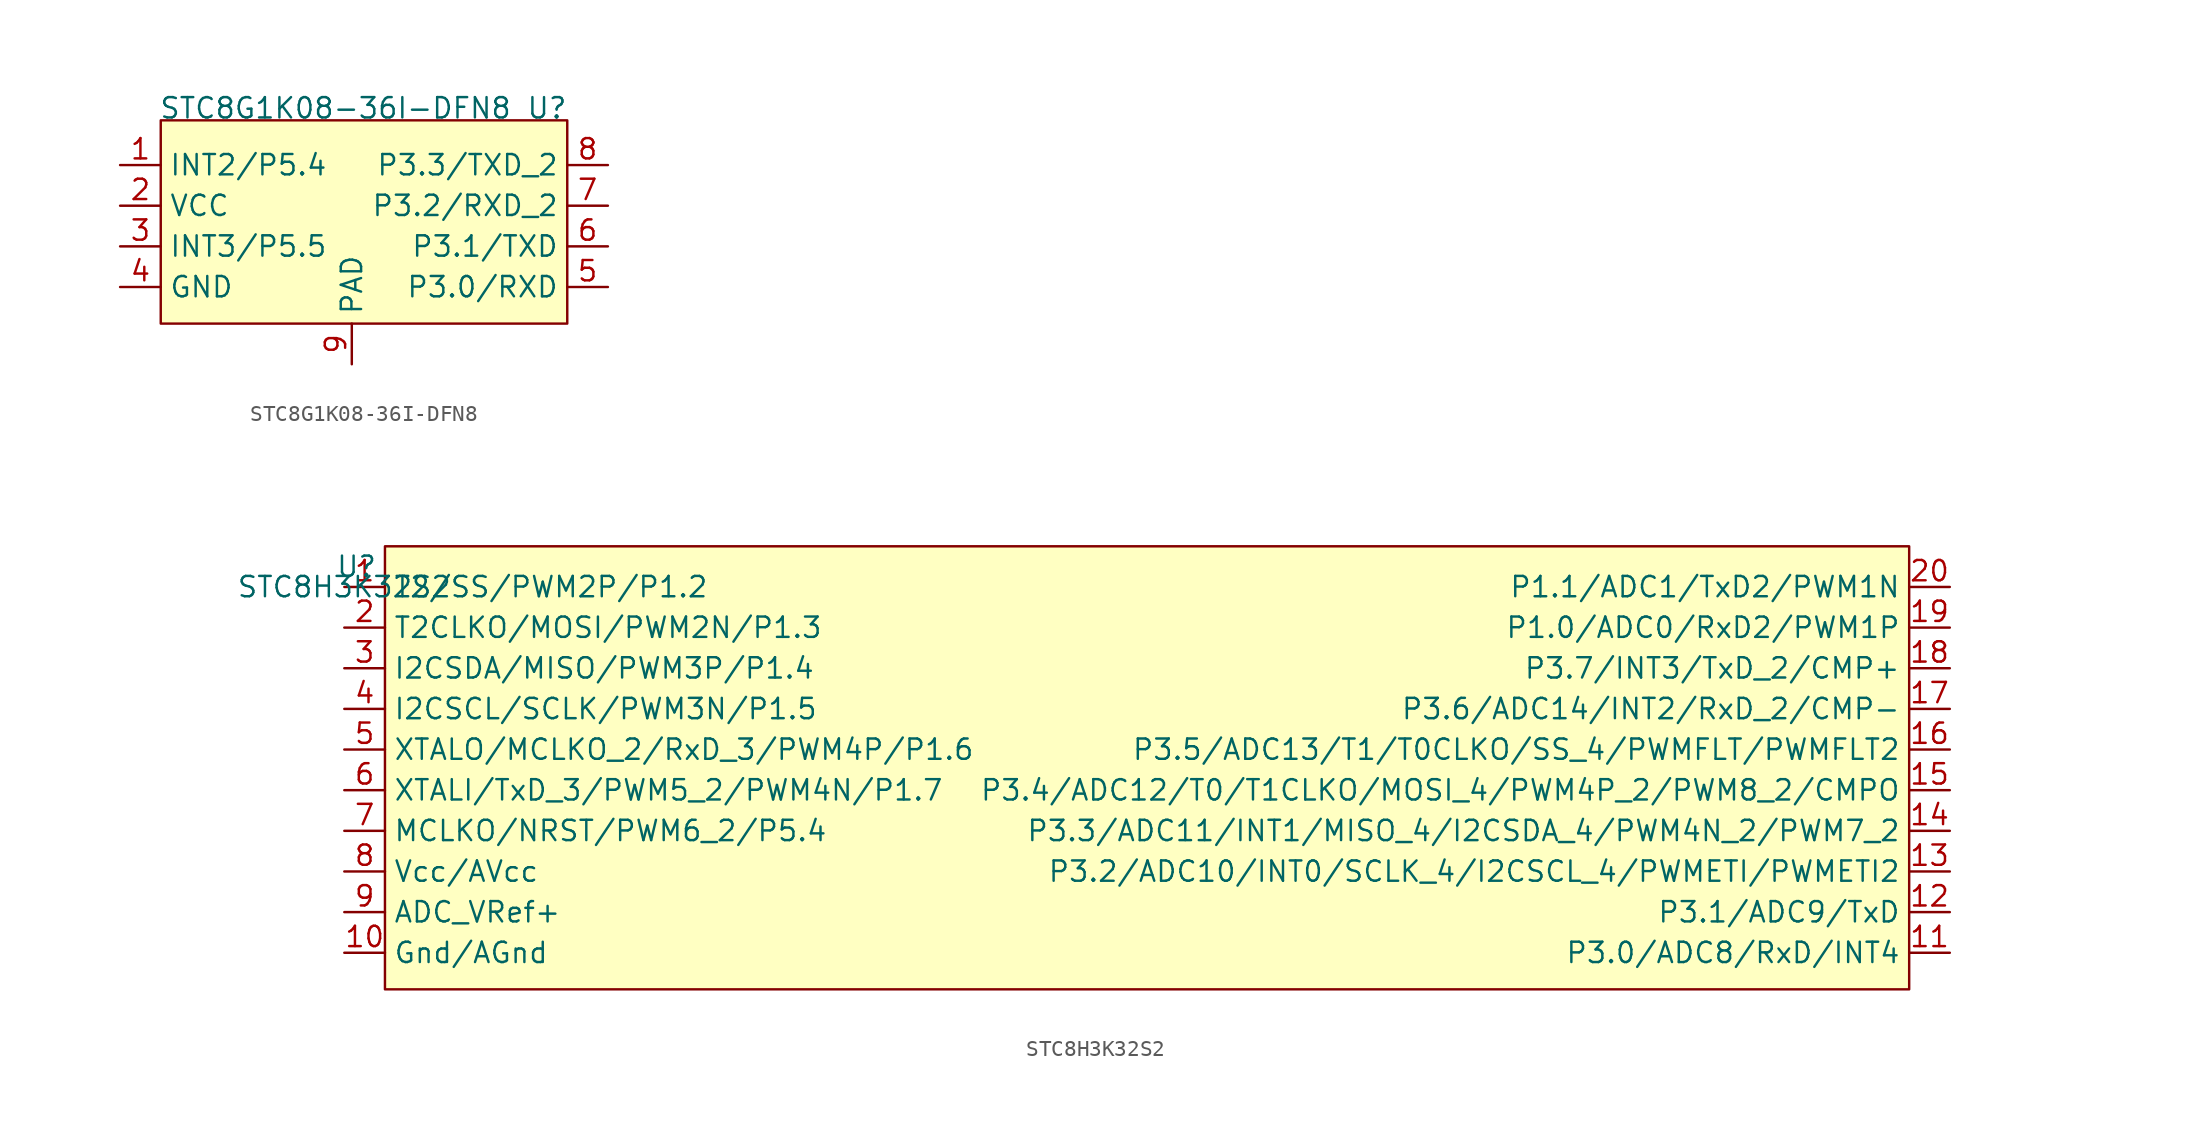
<source format=kicad_sym>
(kicad_symbol_lib
  (version 20220914)
  (generator kicad_symbol_editor)
  (symbol "STC8G1K08-36I-DFN8"
    (property "Reference" "U"
      (at 26.67 3.556 0)
      (effects (font (size 1.27 1.27))))
    (property "Value" "STC8G1K08-36I-DFN8"
      (at 13.462 3.556 0)
      (effects (font (size 1.27 1.27))))
    (symbol "STC8G1K08-36I-DFN8_0_0"
      (pin bidirectional line (at 0 0 0) (length 2.54) (name "INT2/P5.4" (effects (font (size 1.27 1.27)))) (number "1" (effects (font (size 1.27 1.27)))))
      (pin power_in line (at 0 -2.54 0) (length 2.54) (name "VCC" (effects (font (size 1.27 1.27)))) (number "2" (effects (font (size 1.27 1.27)))))
      (pin bidirectional line (at 0 -5.08 0) (length 2.54) (name "INT3/P5.5" (effects (font (size 1.27 1.27)))) (number "3" (effects (font (size 1.27 1.27)))))
      (pin power_out line (at 0 -7.62 0) (length 2.54) (name "GND" (effects (font (size 1.27 1.27)))) (number "4" (effects (font (size 1.27 1.27)))))
      (pin bidirectional line (at 30.48 -7.62 180) (length 2.54) (name "P3.0/RXD" (effects (font (size 1.27 1.27)))) (number "5" (effects (font (size 1.27 1.27)))))
      (pin bidirectional line (at 30.48 -5.08 180) (length 2.54) (name "P3.1/TXD" (effects (font (size 1.27 1.27)))) (number "6" (effects (font (size 1.27 1.27)))))
      (pin bidirectional line (at 30.48 -2.54 180) (length 2.54) (name "P3.2/RXD_2" (effects (font (size 1.27 1.27)))) (number "7" (effects (font (size 1.27 1.27)))))
      (pin bidirectional line (at 30.48 0 180) (length 2.54) (name "P3.3/TXD_2" (effects (font (size 1.27 1.27)))) (number "8" (effects (font (size 1.27 1.27)))))
      (pin power_out line (at 14.478 -12.446 90) (length 2.54) (name "PAD" (effects (font (size 1.27 1.27)))) (number "9" (effects (font (size 1.27 1.27))))))
    (symbol "STC8G1K08-36I-DFN8_0_1"
      (rectangle (start 2.54 2.794) (end 27.94 -9.906) (stroke (width 0) (type default)) (fill (type background)))))
  (symbol "STC8H3K32S2"
    (property "Reference" "U"
      (at 0.762 1.27 0)
      (effects (font (size 1.27 1.27))))
    (property "Value" "STC8H3K32S2"
      (at 0 0 0)
      (effects (font (size 1.27 1.27))))
    (symbol "STC8H3K32S2_0_0"
      (pin unspecified line (at 0 0 0) (length 2.54) (name "T2/SS/PWM2P/P1.2" (effects (font (size 1.27 1.27)))) (number "1" (effects (font (size 1.27 1.27)))))
      (pin unspecified line (at 0 -22.86 0) (length 2.54) (name "Gnd/AGnd" (effects (font (size 1.27 1.27)))) (number "10" (effects (font (size 1.27 1.27)))))
      (pin unspecified line (at 100.33 -22.86 180) (length 2.54) (name "P3.0/ADC8/RxD/INT4" (effects (font (size 1.27 1.27)))) (number "11" (effects (font (size 1.27 1.27)))))
      (pin unspecified line (at 100.33 -20.32 180) (length 2.54) (name "P3.1/ADC9/TxD" (effects (font (size 1.27 1.27)))) (number "12" (effects (font (size 1.27 1.27)))))
      (pin unspecified line (at 100.33 -17.78 180) (length 2.54) (name "P3.2/ADC10/INT0/SCLK_4/I2CSCL_4/PWMETI/PWMETI2" (effects (font (size 1.27 1.27)))) (number "13" (effects (font (size 1.27 1.27)))))
      (pin unspecified line (at 100.33 -15.24 180) (length 2.54) (name "P3.3/ADC11/INT1/MISO_4/I2CSDA_4/PWM4N_2/PWM7_2" (effects (font (size 1.27 1.27)))) (number "14" (effects (font (size 1.27 1.27)))))
      (pin unspecified line (at 100.33 -12.7 180) (length 2.54) (name "P3.4/ADC12/T0/T1CLKO/MOSI_4/PWM4P_2/PWM8_2/CMPO" (effects (font (size 1.27 1.27)))) (number "15" (effects (font (size 1.27 1.27)))))
      (pin unspecified line (at 100.33 -10.16 180) (length 2.54) (name "P3.5/ADC13/T1/T0CLKO/SS_4/PWMFLT/PWMFLT2" (effects (font (size 1.27 1.27)))) (number "16" (effects (font (size 1.27 1.27)))))
      (pin unspecified line (at 100.33 -7.62 180) (length 2.54) (name "P3.6/ADC14/INT2/RxD_2/CMP-" (effects (font (size 1.27 1.27)))) (number "17" (effects (font (size 1.27 1.27)))))
      (pin unspecified line (at 100.33 -5.08 180) (length 2.54) (name "P3.7/INT3/TxD_2/CMP+" (effects (font (size 1.27 1.27)))) (number "18" (effects (font (size 1.27 1.27)))))
      (pin unspecified line (at 100.33 -2.54 180) (length 2.54) (name "P1.0/ADC0/RxD2/PWM1P" (effects (font (size 1.27 1.27)))) (number "19" (effects (font (size 1.27 1.27)))))
      (pin unspecified line (at 0 -2.54 0) (length 2.54) (name "T2CLKO/MOSI/PWM2N/P1.3" (effects (font (size 1.27 1.27)))) (number "2" (effects (font (size 1.27 1.27)))))
      (pin unspecified line (at 100.33 0 180) (length 2.54) (name "P1.1/ADC1/TxD2/PWM1N" (effects (font (size 1.27 1.27)))) (number "20" (effects (font (size 1.27 1.27)))))
      (pin unspecified line (at 0 -5.08 0) (length 2.54) (name "I2CSDA/MISO/PWM3P/P1.4" (effects (font (size 1.27 1.27)))) (number "3" (effects (font (size 1.27 1.27)))))
      (pin unspecified line (at 0 -7.62 0) (length 2.54) (name "I2CSCL/SCLK/PWM3N/P1.5" (effects (font (size 1.27 1.27)))) (number "4" (effects (font (size 1.27 1.27)))))
      (pin unspecified line (at 0 -10.16 0) (length 2.54) (name "XTALO/MCLKO_2/RxD_3/PWM4P/P1.6" (effects (font (size 1.27 1.27)))) (number "5" (effects (font (size 1.27 1.27)))))
      (pin unspecified line (at 0 -12.7 0) (length 2.54) (name "XTALI/TxD_3/PWM5_2/PWM4N/P1.7" (effects (font (size 1.27 1.27)))) (number "6" (effects (font (size 1.27 1.27)))))
      (pin unspecified line (at 0 -15.24 0) (length 2.54) (name "MCLKO/NRST/PWM6_2/P5.4" (effects (font (size 1.27 1.27)))) (number "7" (effects (font (size 1.27 1.27)))))
      (pin unspecified line (at 0 -17.78 0) (length 2.54) (name "Vcc/AVcc" (effects (font (size 1.27 1.27)))) (number "8" (effects (font (size 1.27 1.27)))))
      (pin unspecified line (at 0 -20.32 0) (length 2.54) (name "ADC_VRef+" (effects (font (size 1.27 1.27)))) (number "9" (effects (font (size 1.27 1.27))))))
    (symbol "STC8H3K32S2_0_1"
      (rectangle (start 2.54 2.54) (end 97.79 -25.146) (stroke (width 0) (type default)) (fill (type background))))))
</source>
